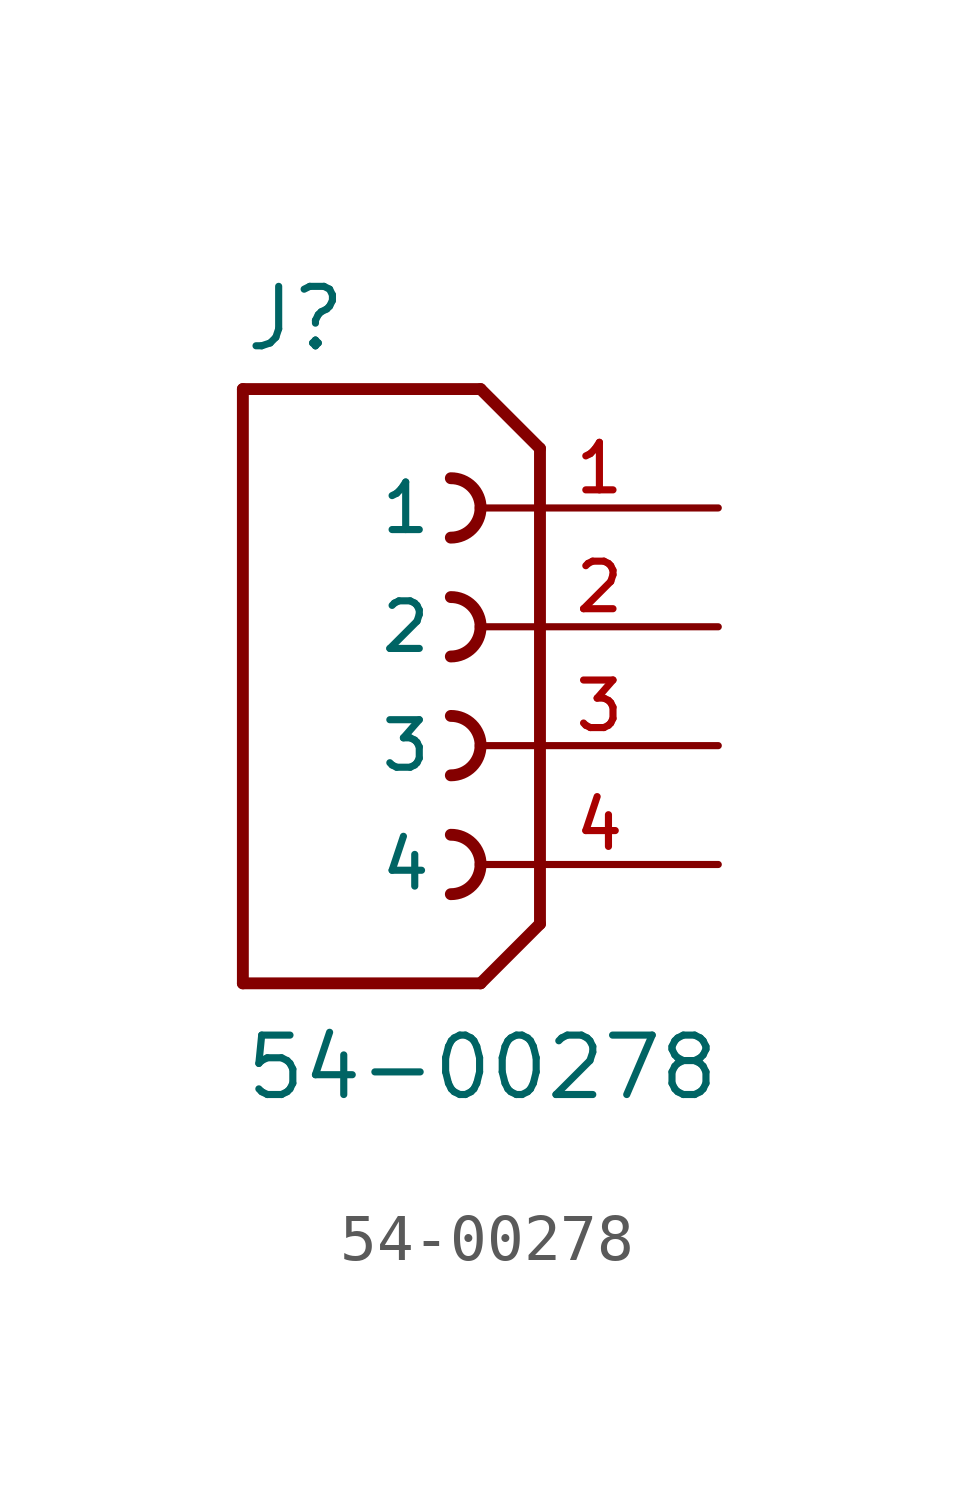
<source format=kicad_sym>
(kicad_symbol_lib
  (version 20211014)
  (generator kicad_symbol_editor)
  (symbol "54-00278"
    (pin_names
      (offset 1.016))
    (property "Reference" "J"
      (at -2.54 5.842 0)
      (effects (font (size 1.27 1.27)) (justify bottom left)))
    (property "Value" "54-00278"
      (at -2.54 -10.16 0)
      (effects (font (size 1.27 1.27)) (justify bottom left)))
    (symbol "54-00278_0_0"
      (polyline (pts (xy 3.81 3.81) (xy 2.54 5.08)) (stroke (width 0.254)))
      (polyline (pts (xy 3.81 3.81) (xy 3.81 -6.35)) (stroke (width 0.254)))
      (polyline (pts (xy 3.81 -6.35) (xy 2.54 -7.62)) (stroke (width 0.254)))
      (polyline (pts (xy 2.54 -7.62) (xy -2.54 -7.62)) (stroke (width 0.254)))
      (polyline (pts (xy -2.54 -7.62) (xy -2.54 5.08)) (stroke (width 0.254)))
      (polyline (pts (xy -2.54 5.08) (xy 2.54 5.08)) (stroke (width 0.254)))
      (arc (start 2.54 2.54) (mid 2.354 2.989) (end 1.905 3.175) (stroke (width 0.254) (type default) (color 0 0 0 0)) (fill (type none)))
      (arc (start 1.905 1.905) (mid 2.354 2.091) (end 2.54 2.54) (stroke (width 0.254) (type default) (color 0 0 0 0)) (fill (type none)))
      (arc (start 2.54 0.0) (mid 2.354 0.449) (end 1.905 0.635) (stroke (width 0.254) (type default) (color 0 0 0 0)) (fill (type none)))
      (arc (start 1.905 -0.635) (mid 2.354 -0.449) (end 2.54 0.0) (stroke (width 0.254) (type default) (color 0 0 0 0)) (fill (type none)))
      (arc (start 2.54 -2.54) (mid 2.354 -2.091) (end 1.905 -1.905) (stroke (width 0.254) (type default) (color 0 0 0 0)) (fill (type none)))
      (arc (start 1.905 -3.175) (mid 2.354 -2.989) (end 2.54 -2.54) (stroke (width 0.254) (type default) (color 0 0 0 0)) (fill (type none)))
      (arc (start 2.54 -5.08) (mid 2.354 -4.631) (end 1.905 -4.445) (stroke (width 0.254) (type default) (color 0 0 0 0)) (fill (type none)))
      (arc (start 1.905 -5.715) (mid 2.354 -5.529) (end 2.54 -5.08) (stroke (width 0.254) (type default) (color 0 0 0 0)) (fill (type none)))
      (pin passive line (at 7.62 2.54 180.0) (length 5.08) (name "1" (effects (font (size 1.016 1.016)))) (number "1" (effects (font (size 1.016 1.016)))))
      (pin passive line (at 7.62 -2.54 180.0) (length 5.08) (name "3" (effects (font (size 1.016 1.016)))) (number "3" (effects (font (size 1.016 1.016)))))
      (pin passive line (at 7.62 -5.08 180.0) (length 5.08) (name "4" (effects (font (size 1.016 1.016)))) (number "4" (effects (font (size 1.016 1.016)))))
      (pin passive line (at 7.62 0.0 180.0) (length 5.08) (name "2" (effects (font (size 1.016 1.016)))) (number "2" (effects (font (size 1.016 1.016))))))))
</source>
